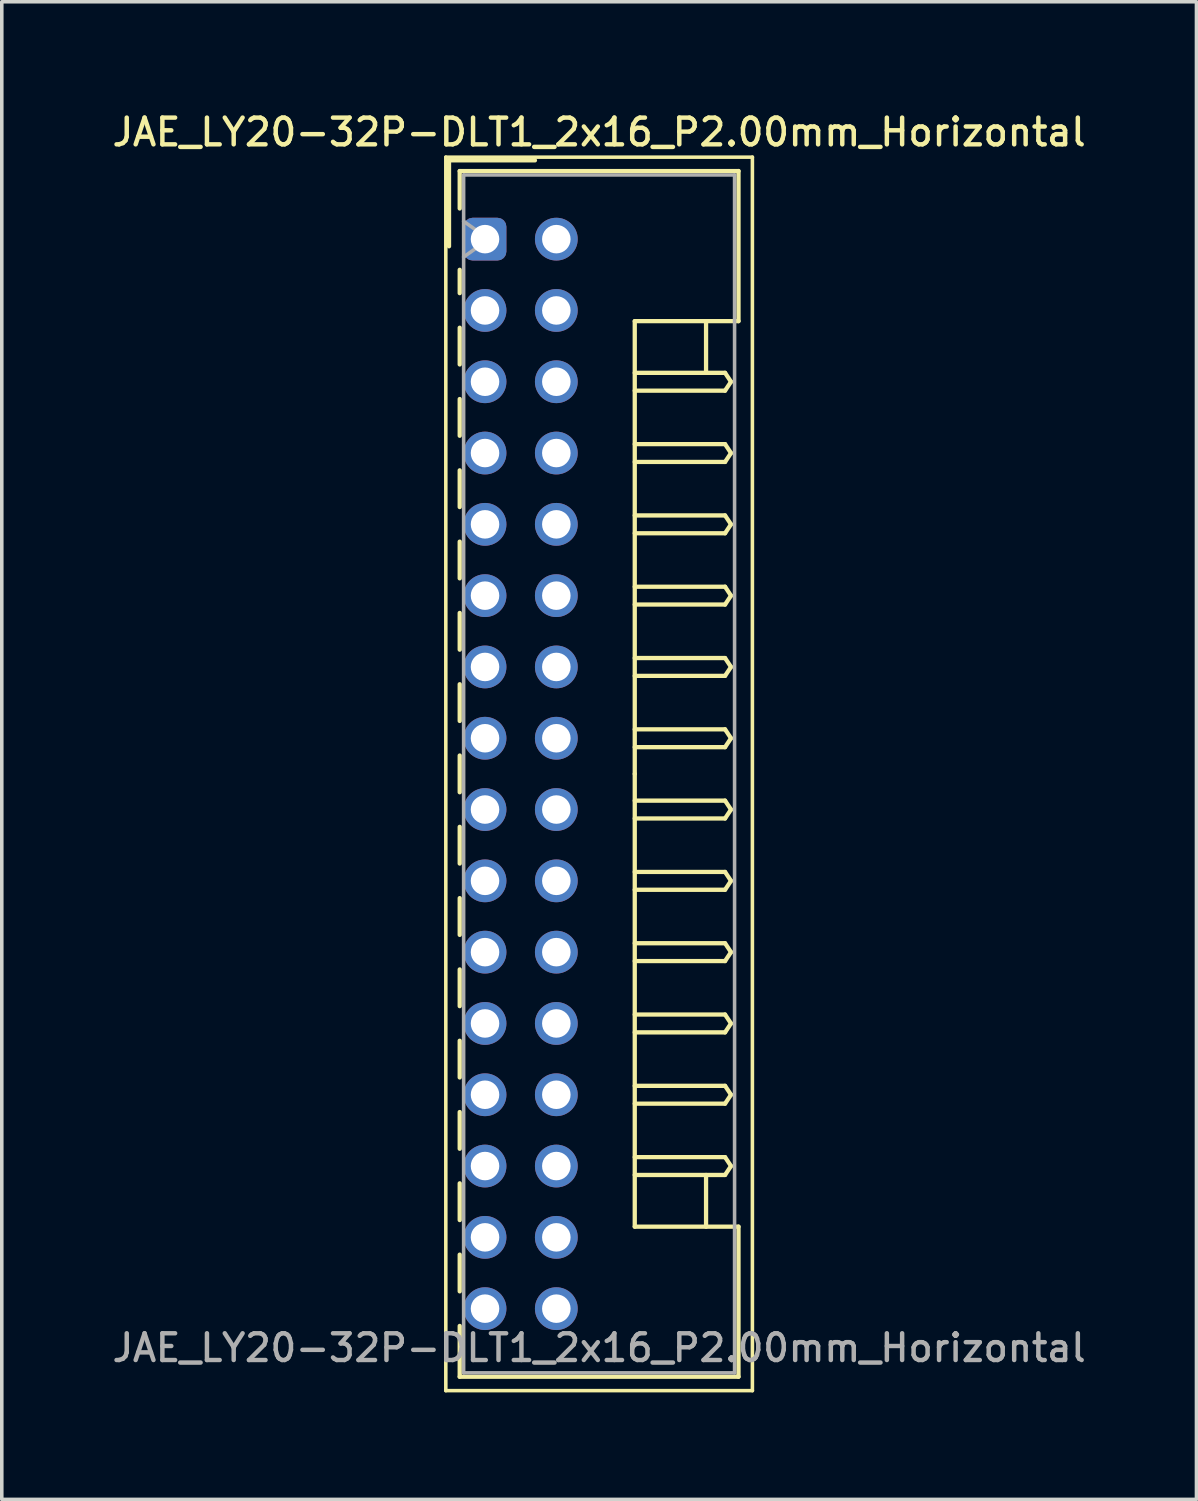
<source format=kicad_pcb>
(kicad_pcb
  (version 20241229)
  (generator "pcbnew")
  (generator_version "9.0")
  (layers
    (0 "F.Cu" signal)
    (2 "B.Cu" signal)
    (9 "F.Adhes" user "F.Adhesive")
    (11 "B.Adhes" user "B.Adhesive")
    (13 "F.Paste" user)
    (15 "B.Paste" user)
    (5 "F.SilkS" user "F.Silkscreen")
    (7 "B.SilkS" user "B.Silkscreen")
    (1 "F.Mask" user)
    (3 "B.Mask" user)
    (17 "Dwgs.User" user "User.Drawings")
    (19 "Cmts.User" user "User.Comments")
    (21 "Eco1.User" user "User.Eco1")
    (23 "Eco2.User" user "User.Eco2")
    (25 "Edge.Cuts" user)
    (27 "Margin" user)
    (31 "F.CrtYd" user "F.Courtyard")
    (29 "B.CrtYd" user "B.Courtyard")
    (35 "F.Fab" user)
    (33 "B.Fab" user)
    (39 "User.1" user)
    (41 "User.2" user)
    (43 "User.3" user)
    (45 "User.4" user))
  (footprint "JAE_LY20-32P-DLT1_2x16_P2.00mm_Horizontal"
    (layer "F.Cu")
    (at 10.555 3.658)
    (property "Reference" "JAE_LY20-32P-DLT1_2x16_P2.00mm_Horizontal" (at 3.2 -3 0) (layer "F.SilkS") (effects (font (size 0.75 0.75) (thickness 0.125))))
    (attr through_hole)
    (fp_line (start -1.1 -2.3) (end -1.1 32.3) (stroke (width 0.1) (type solid)) (layer "F.SilkS"))
    (fp_line (start -1.1 32.3) (end 7.5 32.3) (stroke (width 0.1) (type solid)) (layer "F.SilkS"))
    (fp_line (start -1.01 -2.21) (end -1.01 0.2) (stroke (width 0.12) (type solid)) (layer "F.SilkS"))
    (fp_line (start -0.71 -1.91) (end -0.71 -0.86) (stroke (width 0.12) (type solid)) (layer "F.SilkS"))
    (fp_line (start -0.71 -1.91) (end 7.11 -1.91) (stroke (width 0.12) (type solid)) (layer "F.SilkS"))
    (fp_line (start -0.71 0.86) (end -0.71 1.515) (stroke (width 0.12) (type solid)) (layer "F.SilkS"))
    (fp_line (start -0.71 2.485) (end -0.71 3.515) (stroke (width 0.12) (type solid)) (layer "F.SilkS"))
    (fp_line (start -0.71 4.485) (end -0.71 5.515) (stroke (width 0.12) (type solid)) (layer "F.SilkS"))
    (fp_line (start -0.71 6.485) (end -0.71 7.515) (stroke (width 0.12) (type solid)) (layer "F.SilkS"))
    (fp_line (start -0.71 8.485) (end -0.71 9.515) (stroke (width 0.12) (type solid)) (layer "F.SilkS"))
    (fp_line (start -0.71 10.485) (end -0.71 11.515) (stroke (width 0.12) (type solid)) (layer "F.SilkS"))
    (fp_line (start -0.71 12.485) (end -0.71 13.515) (stroke (width 0.12) (type solid)) (layer "F.SilkS"))
    (fp_line (start -0.71 14.485) (end -0.71 15.515) (stroke (width 0.12) (type solid)) (layer "F.SilkS"))
    (fp_line (start -0.71 16.485) (end -0.71 17.515) (stroke (width 0.12) (type solid)) (layer "F.SilkS"))
    (fp_line (start -0.71 18.485) (end -0.71 19.515) (stroke (width 0.12) (type solid)) (layer "F.SilkS"))
    (fp_line (start -0.71 20.485) (end -0.71 21.515) (stroke (width 0.12) (type solid)) (layer "F.SilkS"))
    (fp_line (start -0.71 22.485) (end -0.71 23.515) (stroke (width 0.12) (type solid)) (layer "F.SilkS"))
    (fp_line (start -0.71 24.485) (end -0.71 25.515) (stroke (width 0.12) (type solid)) (layer "F.SilkS"))
    (fp_line (start -0.71 26.485) (end -0.71 27.515) (stroke (width 0.12) (type solid)) (layer "F.SilkS"))
    (fp_line (start -0.71 28.485) (end -0.71 29.515) (stroke (width 0.12) (type solid)) (layer "F.SilkS"))
    (fp_line (start -0.71 30.485) (end -0.71 31.91) (stroke (width 0.12) (type solid)) (layer "F.SilkS"))
    (fp_line (start -0.71 31.91) (end 7.11 31.91) (stroke (width 0.12) (type solid)) (layer "F.SilkS"))
    (fp_line (start 1.4 -2.21) (end -1.01 -2.21) (stroke (width 0.12) (type solid)) (layer "F.SilkS"))
    (fp_line (start 4.2 2.3) (end 4.2 15) (stroke (width 0.12) (type solid)) (layer "F.SilkS"))
    (fp_line (start 4.2 3.75) (end 6.733 3.75) (stroke (width 0.12) (type solid)) (layer "F.SilkS"))
    (fp_line (start 4.2 5.75) (end 6.733 5.75) (stroke (width 0.12) (type solid)) (layer "F.SilkS"))
    (fp_line (start 4.2 7.75) (end 6.733 7.75) (stroke (width 0.12) (type solid)) (layer "F.SilkS"))
    (fp_line (start 4.2 9.75) (end 6.733 9.75) (stroke (width 0.12) (type solid)) (layer "F.SilkS"))
    (fp_line (start 4.2 11.75) (end 6.733 11.75) (stroke (width 0.12) (type solid)) (layer "F.SilkS"))
    (fp_line (start 4.2 13.75) (end 6.733 13.75) (stroke (width 0.12) (type solid)) (layer "F.SilkS"))
    (fp_line (start 4.2 15.75) (end 6.733 15.75) (stroke (width 0.12) (type solid)) (layer "F.SilkS"))
    (fp_line (start 4.2 17.75) (end 6.733 17.75) (stroke (width 0.12) (type solid)) (layer "F.SilkS"))
    (fp_line (start 4.2 19.75) (end 6.733 19.75) (stroke (width 0.12) (type solid)) (layer "F.SilkS"))
    (fp_line (start 4.2 21.75) (end 6.733 21.75) (stroke (width 0.12) (type solid)) (layer "F.SilkS"))
    (fp_line (start 4.2 23.75) (end 6.733 23.75) (stroke (width 0.12) (type solid)) (layer "F.SilkS"))
    (fp_line (start 4.2 25.75) (end 6.733 25.75) (stroke (width 0.12) (type solid)) (layer "F.SilkS"))
    (fp_line (start 4.2 27.7) (end 4.2 15) (stroke (width 0.12) (type solid)) (layer "F.SilkS"))
    (fp_line (start 6.2 2.3) (end 6.2 3.75) (stroke (width 0.12) (type solid)) (layer "F.SilkS"))
    (fp_line (start 6.2 27.7) (end 6.2 26.25) (stroke (width 0.12) (type solid)) (layer "F.SilkS"))
    (fp_line (start 6.733 3.75) (end 6.9 4) (stroke (width 0.12) (type solid)) (layer "F.SilkS"))
    (fp_line (start 6.733 4.25) (end 4.2 4.25) (stroke (width 0.12) (type solid)) (layer "F.SilkS"))
    (fp_line (start 6.733 5.75) (end 6.9 6) (stroke (width 0.12) (type solid)) (layer "F.SilkS"))
    (fp_line (start 6.733 6.25) (end 4.2 6.25) (stroke (width 0.12) (type solid)) (layer "F.SilkS"))
    (fp_line (start 6.733 7.75) (end 6.9 8) (stroke (width 0.12) (type solid)) (layer "F.SilkS"))
    (fp_line (start 6.733 8.25) (end 4.2 8.25) (stroke (width 0.12) (type solid)) (layer "F.SilkS"))
    (fp_line (start 6.733 9.75) (end 6.9 10) (stroke (width 0.12) (type solid)) (layer "F.SilkS"))
    (fp_line (start 6.733 10.25) (end 4.2 10.25) (stroke (width 0.12) (type solid)) (layer "F.SilkS"))
    (fp_line (start 6.733 11.75) (end 6.9 12) (stroke (width 0.12) (type solid)) (layer "F.SilkS"))
    (fp_line (start 6.733 12.25) (end 4.2 12.25) (stroke (width 0.12) (type solid)) (layer "F.SilkS"))
    (fp_line (start 6.733 13.75) (end 6.9 14) (stroke (width 0.12) (type solid)) (layer "F.SilkS"))
    (fp_line (start 6.733 14.25) (end 4.2 14.25) (stroke (width 0.12) (type solid)) (layer "F.SilkS"))
    (fp_line (start 6.733 15.75) (end 6.9 16) (stroke (width 0.12) (type solid)) (layer "F.SilkS"))
    (fp_line (start 6.733 16.25) (end 4.2 16.25) (stroke (width 0.12) (type solid)) (layer "F.SilkS"))
    (fp_line (start 6.733 17.75) (end 6.9 18) (stroke (width 0.12) (type solid)) (layer "F.SilkS"))
    (fp_line (start 6.733 18.25) (end 4.2 18.25) (stroke (width 0.12) (type solid)) (layer "F.SilkS"))
    (fp_line (start 6.733 19.75) (end 6.9 20) (stroke (width 0.12) (type solid)) (layer "F.SilkS"))
    (fp_line (start 6.733 20.25) (end 4.2 20.25) (stroke (width 0.12) (type solid)) (layer "F.SilkS"))
    (fp_line (start 6.733 21.75) (end 6.9 22) (stroke (width 0.12) (type solid)) (layer "F.SilkS"))
    (fp_line (start 6.733 22.25) (end 4.2 22.25) (stroke (width 0.12) (type solid)) (layer "F.SilkS"))
    (fp_line (start 6.733 23.75) (end 6.9 24) (stroke (width 0.12) (type solid)) (layer "F.SilkS"))
    (fp_line (start 6.733 24.25) (end 4.2 24.25) (stroke (width 0.12) (type solid)) (layer "F.SilkS"))
    (fp_line (start 6.733 25.75) (end 6.9 26) (stroke (width 0.12) (type solid)) (layer "F.SilkS"))
    (fp_line (start 6.733 26.25) (end 4.2 26.25) (stroke (width 0.12) (type solid)) (layer "F.SilkS"))
    (fp_line (start 6.9 4) (end 6.733 4.25) (stroke (width 0.12) (type solid)) (layer "F.SilkS"))
    (fp_line (start 6.9 6) (end 6.733 6.25) (stroke (width 0.12) (type solid)) (layer "F.SilkS"))
    (fp_line (start 6.9 8) (end 6.733 8.25) (stroke (width 0.12) (type solid)) (layer "F.SilkS"))
    (fp_line (start 6.9 10) (end 6.733 10.25) (stroke (width 0.12) (type solid)) (layer "F.SilkS"))
    (fp_line (start 6.9 12) (end 6.733 12.25) (stroke (width 0.12) (type solid)) (layer "F.SilkS"))
    (fp_line (start 6.9 14) (end 6.733 14.25) (stroke (width 0.12) (type solid)) (layer "F.SilkS"))
    (fp_line (start 6.9 16) (end 6.733 16.25) (stroke (width 0.12) (type solid)) (layer "F.SilkS"))
    (fp_line (start 6.9 18) (end 6.733 18.25) (stroke (width 0.12) (type solid)) (layer "F.SilkS"))
    (fp_line (start 6.9 20) (end 6.733 20.25) (stroke (width 0.12) (type solid)) (layer "F.SilkS"))
    (fp_line (start 6.9 22) (end 6.733 22.25) (stroke (width 0.12) (type solid)) (layer "F.SilkS"))
    (fp_line (start 6.9 24) (end 6.733 24.25) (stroke (width 0.12) (type solid)) (layer "F.SilkS"))
    (fp_line (start 6.9 26) (end 6.733 26.25) (stroke (width 0.12) (type solid)) (layer "F.SilkS"))
    (fp_line (start 7.11 -1.91) (end 7.11 2.3) (stroke (width 0.12) (type solid)) (layer "F.SilkS"))
    (fp_line (start 7.11 2.3) (end 4.2 2.3) (stroke (width 0.12) (type solid)) (layer "F.SilkS"))
    (fp_line (start 7.11 27.7) (end 4.2 27.7) (stroke (width 0.12) (type solid)) (layer "F.SilkS"))
    (fp_line (start 7.11 31.91) (end 7.11 27.7) (stroke (width 0.12) (type solid)) (layer "F.SilkS"))
    (fp_line (start 7.5 -2.3) (end -1.1 -2.3) (stroke (width 0.1) (type solid)) (layer "F.SilkS"))
    (fp_line (start 7.5 32.3) (end 7.5 -2.3) (stroke (width 0.1) (type solid)) (layer "F.SilkS"))
    (fp_line (start -0.6 -1.8) (end -0.6 31.8) (stroke (width 0.1) (type solid)) (layer "F.Fab"))
    (fp_line (start -0.6 0.5) (end 0.107 0) (stroke (width 0.1) (type solid)) (layer "F.Fab"))
    (fp_line (start -0.6 31.8) (end 7 31.8) (stroke (width 0.1) (type solid)) (layer "F.Fab"))
    (fp_line (start 0.107 0) (end -0.6 -0.5) (stroke (width 0.1) (type solid)) (layer "F.Fab"))
    (fp_line (start 7 -1.8) (end -0.6 -1.8) (stroke (width 0.1) (type solid)) (layer "F.Fab"))
    (fp_line (start 7 31.8) (end 7 -1.8) (stroke (width 0.1) (type solid)) (layer "F.Fab"))
    (fp_text user "${REFERENCE}" (at 3.2 31.1 0) (layer "F.Fab") (effects (font (size 0.75 0.75) (thickness 0.125))))
    (pad "a1" thru_hole roundrect (at 0 0) (size 1.2 1.2) (drill 0.8) (layers "*.Cu" "*.Mask") (roundrect_rratio 0.208))
    (pad "a2" thru_hole circle (at 0 2) (size 1.2 1.2) (drill 0.8) (layers "*.Cu" "*.Mask"))
    (pad "a3" thru_hole circle (at 0 4) (size 1.2 1.2) (drill 0.8) (layers "*.Cu" "*.Mask"))
    (pad "a4" thru_hole circle (at 0 6) (size 1.2 1.2) (drill 0.8) (layers "*.Cu" "*.Mask"))
    (pad "a5" thru_hole circle (at 0 8) (size 1.2 1.2) (drill 0.8) (layers "*.Cu" "*.Mask"))
    (pad "a6" thru_hole circle (at 0 10) (size 1.2 1.2) (drill 0.8) (layers "*.Cu" "*.Mask"))
    (pad "a7" thru_hole circle (at 0 12) (size 1.2 1.2) (drill 0.8) (layers "*.Cu" "*.Mask"))
    (pad "a8" thru_hole circle (at 0 14) (size 1.2 1.2) (drill 0.8) (layers "*.Cu" "*.Mask"))
    (pad "a9" thru_hole circle (at 0 16) (size 1.2 1.2) (drill 0.8) (layers "*.Cu" "*.Mask"))
    (pad "a10" thru_hole circle (at 0 18) (size 1.2 1.2) (drill 0.8) (layers "*.Cu" "*.Mask"))
    (pad "a11" thru_hole circle (at 0 20) (size 1.2 1.2) (drill 0.8) (layers "*.Cu" "*.Mask"))
    (pad "a12" thru_hole circle (at 0 22) (size 1.2 1.2) (drill 0.8) (layers "*.Cu" "*.Mask"))
    (pad "a13" thru_hole circle (at 0 24) (size 1.2 1.2) (drill 0.8) (layers "*.Cu" "*.Mask"))
    (pad "a14" thru_hole circle (at 0 26) (size 1.2 1.2) (drill 0.8) (layers "*.Cu" "*.Mask"))
    (pad "a15" thru_hole circle (at 0 28) (size 1.2 1.2) (drill 0.8) (layers "*.Cu" "*.Mask"))
    (pad "a16" thru_hole circle (at 0 30) (size 1.2 1.2) (drill 0.8) (layers "*.Cu" "*.Mask"))
    (pad "b1" thru_hole circle (at 2 0) (size 1.2 1.2) (drill 0.8) (layers "*.Cu" "*.Mask"))
    (pad "b2" thru_hole circle (at 2 2) (size 1.2 1.2) (drill 0.8) (layers "*.Cu" "*.Mask"))
    (pad "b3" thru_hole circle (at 2 4) (size 1.2 1.2) (drill 0.8) (layers "*.Cu" "*.Mask"))
    (pad "b4" thru_hole circle (at 2 6) (size 1.2 1.2) (drill 0.8) (layers "*.Cu" "*.Mask"))
    (pad "b5" thru_hole circle (at 2 8) (size 1.2 1.2) (drill 0.8) (layers "*.Cu" "*.Mask"))
    (pad "b6" thru_hole circle (at 2 10) (size 1.2 1.2) (drill 0.8) (layers "*.Cu" "*.Mask"))
    (pad "b7" thru_hole circle (at 2 12) (size 1.2 1.2) (drill 0.8) (layers "*.Cu" "*.Mask"))
    (pad "b8" thru_hole circle (at 2 14) (size 1.2 1.2) (drill 0.8) (layers "*.Cu" "*.Mask"))
    (pad "b9" thru_hole circle (at 2 16) (size 1.2 1.2) (drill 0.8) (layers "*.Cu" "*.Mask"))
    (pad "b10" thru_hole circle (at 2 18) (size 1.2 1.2) (drill 0.8) (layers "*.Cu" "*.Mask"))
    (pad "b11" thru_hole circle (at 2 20) (size 1.2 1.2) (drill 0.8) (layers "*.Cu" "*.Mask"))
    (pad "b12" thru_hole circle (at 2 22) (size 1.2 1.2) (drill 0.8) (layers "*.Cu" "*.Mask"))
    (pad "b13" thru_hole circle (at 2 24) (size 1.2 1.2) (drill 0.8) (layers "*.Cu" "*.Mask"))
    (pad "b14" thru_hole circle (at 2 26) (size 1.2 1.2) (drill 0.8) (layers "*.Cu" "*.Mask"))
    (pad "b15" thru_hole circle (at 2 28) (size 1.2 1.2) (drill 0.8) (layers "*.Cu" "*.Mask"))
    (pad "b16" thru_hole circle (at 2 30) (size 1.2 1.2) (drill 0.8) (layers "*.Cu" "*.Mask")))
  (gr_rect
    (start -3 -3)
    (end 30.511 39.008)
    (stroke (width 0.1) (type default))
    (fill no)
    (layer "Edge.Cuts")))
</source>
